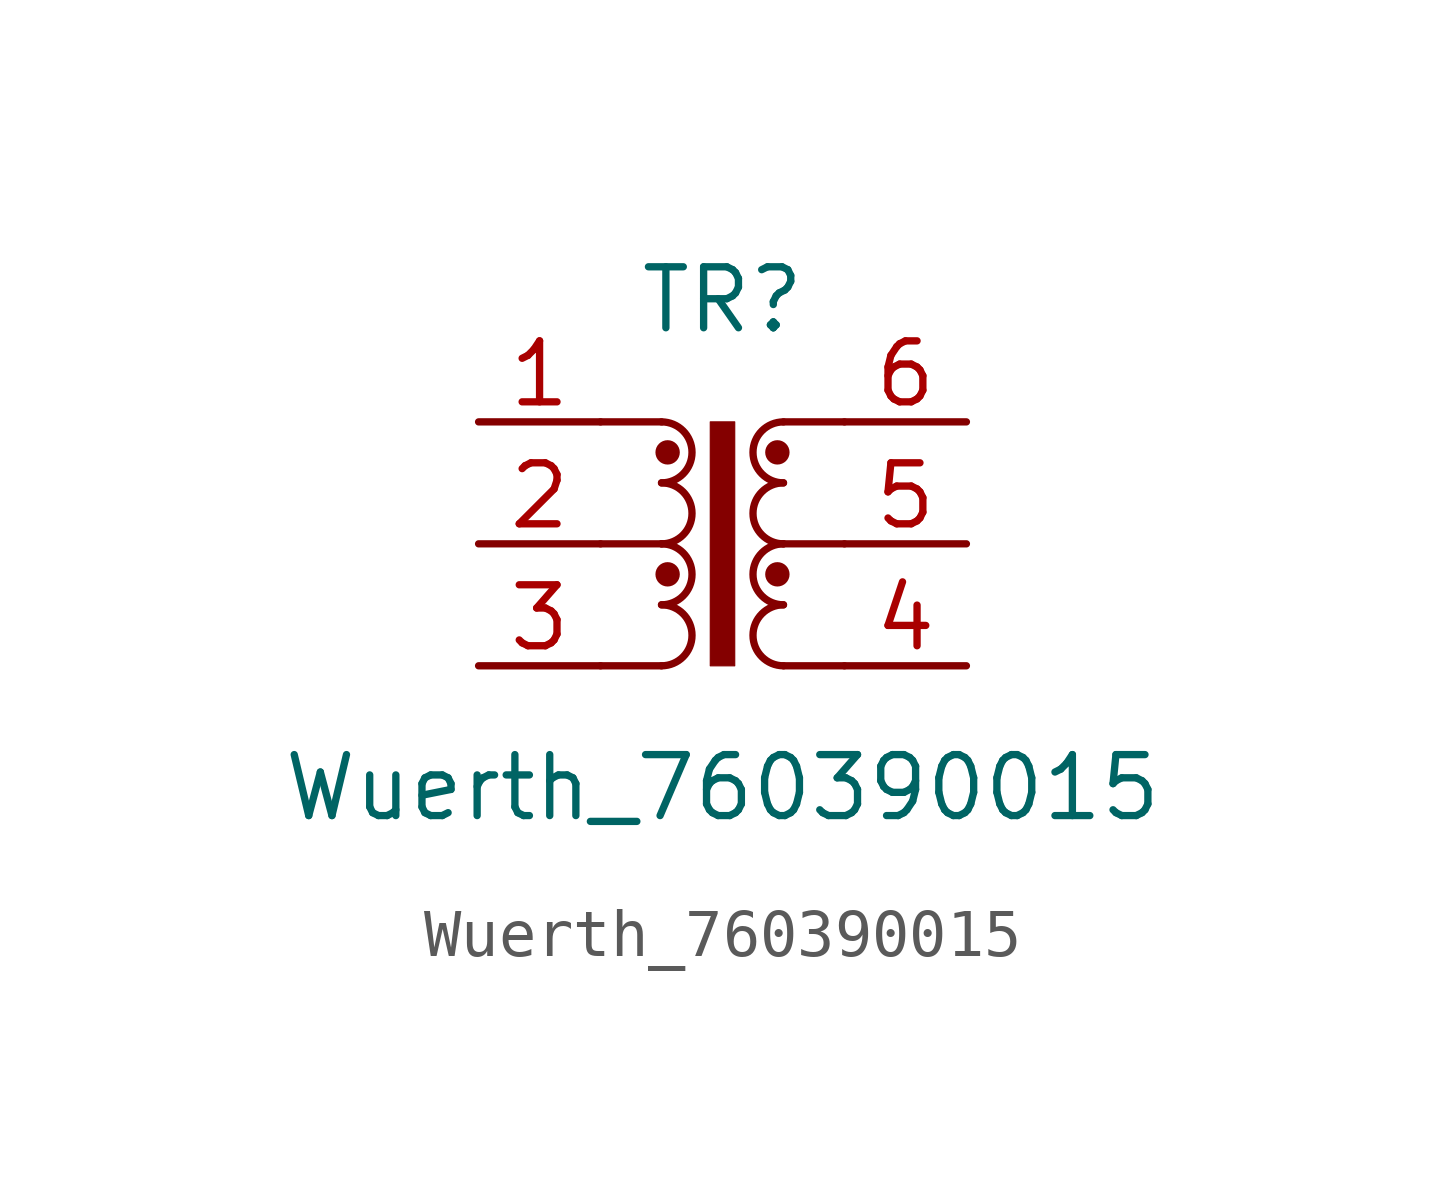
<source format=kicad_sym>
(kicad_symbol_lib
  (version 20220914)
  (generator kicad_symbol_editor)
  (symbol "Wuerth_760390015"
    (property "Reference" "TR"
      (at 0 5.08 0)
      (effects (font (size 1.27 1.27))))
    (property "Value" "Wuerth_760390015"
      (at 0 -5.08 0)
      (effects (font (size 1.27 1.27))))
    (symbol "Wuerth_760390015_0_1"
      (arc (start -1.27 -2.54) (mid -0.6377 -1.905) (end -1.27 -1.27) (stroke (width 0) (type default)) (fill (type none)))
      (arc (start -1.27 -1.27) (mid -0.6377 -0.635) (end -1.27 0) (stroke (width 0) (type default)) (fill (type none)))
      (rectangle (start -0.254 2.54) (end 0.254 -2.54) (stroke (width 0.025) (type default)) (fill (type outline)))
      (polyline (pts (xy -2.54 -2.54) (xy -1.27 -2.54)) (stroke (width 0) (type default)) (fill (type none)))
      (polyline (pts (xy -2.54 0) (xy -1.27 0)) (stroke (width 0) (type default)) (fill (type none)))
      (polyline (pts (xy -2.54 2.54) (xy -1.27 2.54)) (stroke (width 0) (type default)) (fill (type none)))
      (polyline (pts (xy 1.27 -2.54) (xy 2.54 -2.54)) (stroke (width 0) (type default)) (fill (type none)))
      (polyline (pts (xy 1.27 0) (xy 2.54 0)) (stroke (width 0) (type default)) (fill (type none)))
      (polyline (pts (xy 1.27 2.54) (xy 2.54 2.54)) (stroke (width 0) (type default)) (fill (type none))))
    (symbol "Wuerth_760390015_1_1"
      (arc (start -1.27 0) (mid -0.6377 0.635) (end -1.27 1.27) (stroke (width 0) (type default)) (fill (type none)))
      (arc (start -1.27 1.27) (mid -0.6377 1.905) (end -1.27 2.54) (stroke (width 0) (type default)) (fill (type none)))
      (circle (center -1.143 -0.635) (radius 0.127) (stroke (width 0.254) (type default)) (fill (type none)))
      (circle (center -1.143 1.905) (radius 0.127) (stroke (width 0.254) (type default)) (fill (type none)))
      (circle (center 1.143 -0.635) (radius 0.127) (stroke (width 0.254) (type default)) (fill (type none)))
      (circle (center 1.143 1.905) (radius 0.127) (stroke (width 0.254) (type default)) (fill (type none)))
      (arc (start 1.27 -1.27) (mid 0.6377 -1.905) (end 1.27 -2.54) (stroke (width 0) (type default)) (fill (type none)))
      (arc (start 1.27 0) (mid 0.6377 -0.635) (end 1.27 -1.27) (stroke (width 0) (type default)) (fill (type none)))
      (arc (start 1.27 1.27) (mid 0.6377 0.635) (end 1.27 0) (stroke (width 0) (type default)) (fill (type none)))
      (arc (start 1.27 2.54) (mid 0.6377 1.905) (end 1.27 1.27) (stroke (width 0) (type default)) (fill (type none)))
      (pin passive line (at -5.08 2.54 0) (length 2.54) (name "~" (effects (font (size 1.27 1.27)))) (number "1" (effects (font (size 1.27 1.27)))))
      (pin passive line (at -5.08 0 0) (length 2.54) (name "~" (effects (font (size 1.27 1.27)))) (number "2" (effects (font (size 1.27 1.27)))))
      (pin passive line (at -5.08 -2.54 0) (length 2.54) (name "~" (effects (font (size 1.27 1.27)))) (number "3" (effects (font (size 1.27 1.27)))))
      (pin passive line (at 5.08 -2.54 180) (length 2.54) (name "~" (effects (font (size 1.27 1.27)))) (number "4" (effects (font (size 1.27 1.27)))))
      (pin passive line (at 5.08 0 180) (length 2.54) (name "~" (effects (font (size 1.27 1.27)))) (number "5" (effects (font (size 1.27 1.27)))))
      (pin passive line (at 5.08 2.54 180) (length 2.54) (name "~" (effects (font (size 1.27 1.27)))) (number "6" (effects (font (size 1.27 1.27))))))))
</source>
